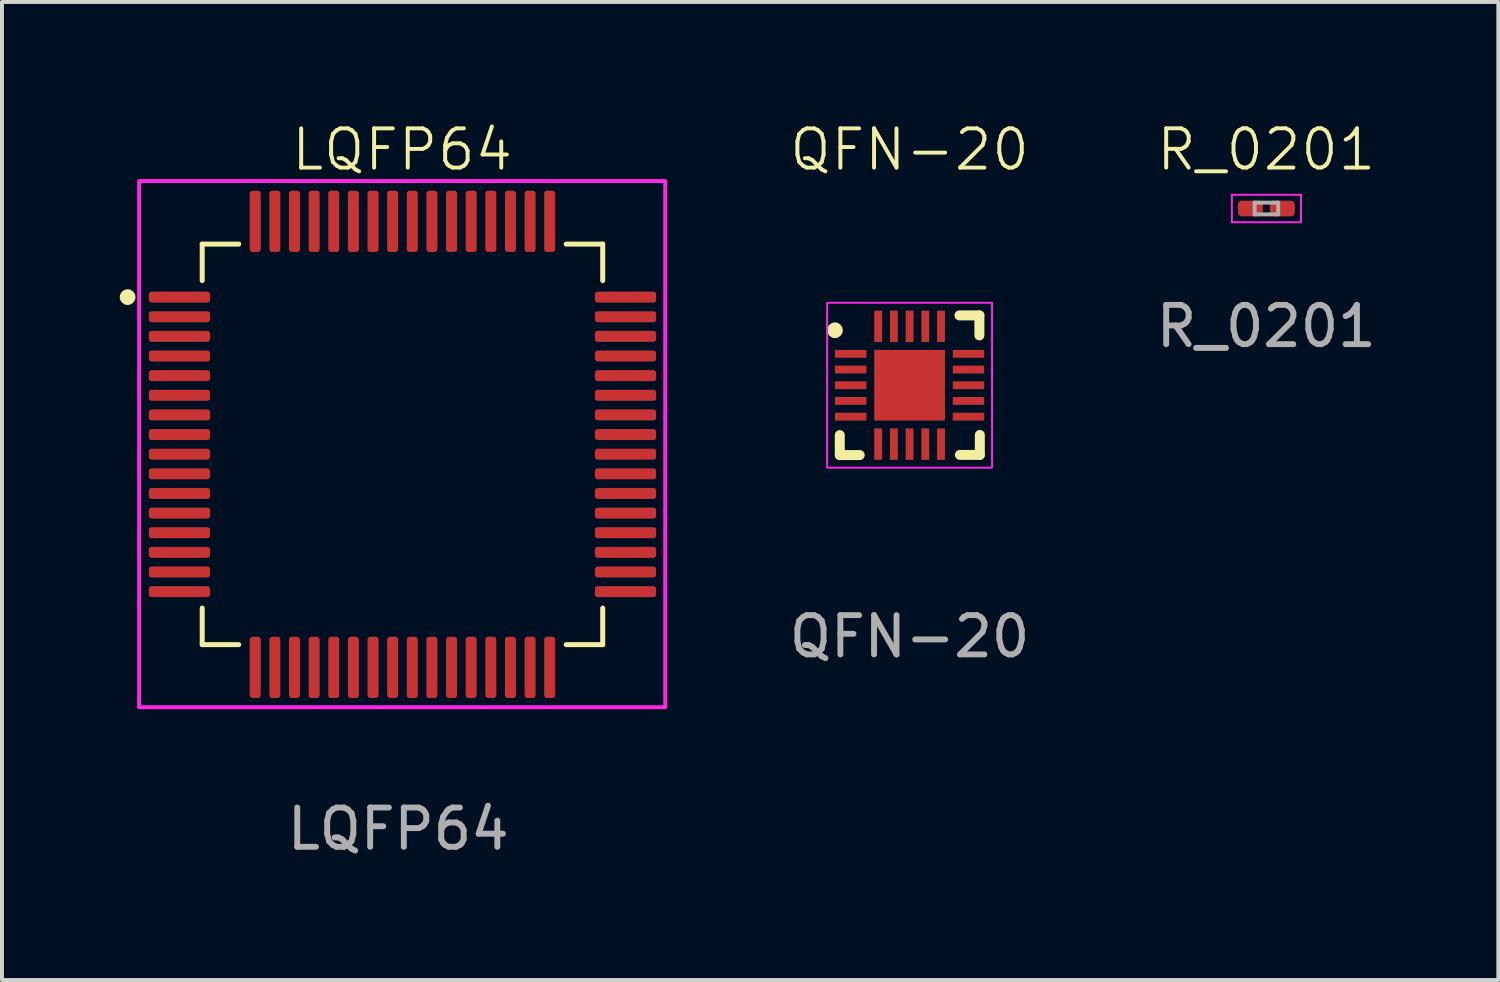
<source format=kicad_pcb>
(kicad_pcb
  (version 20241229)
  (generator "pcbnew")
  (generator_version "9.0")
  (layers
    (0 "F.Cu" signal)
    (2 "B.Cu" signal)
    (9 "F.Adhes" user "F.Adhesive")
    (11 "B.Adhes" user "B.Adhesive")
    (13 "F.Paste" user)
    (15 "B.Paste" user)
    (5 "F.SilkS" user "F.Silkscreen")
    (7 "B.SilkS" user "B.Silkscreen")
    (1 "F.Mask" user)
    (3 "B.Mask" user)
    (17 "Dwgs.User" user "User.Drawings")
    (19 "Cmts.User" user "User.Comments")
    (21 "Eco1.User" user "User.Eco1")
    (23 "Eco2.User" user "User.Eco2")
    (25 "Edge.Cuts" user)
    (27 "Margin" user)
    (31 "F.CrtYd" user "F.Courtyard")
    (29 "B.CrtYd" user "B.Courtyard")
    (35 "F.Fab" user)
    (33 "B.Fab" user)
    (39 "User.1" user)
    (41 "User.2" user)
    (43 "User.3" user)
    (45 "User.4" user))
  (footprint "R_0201"
    (layer "F.Cu")
    (at 29.198 2.26)
    (property "Reference" "R_0201" (at 0 -1.5 0) (unlocked yes) (layer "F.SilkS") (effects (font (size 1 1) (thickness 0.1))))
    (attr smd)
    (fp_line (start -0.875 -0.35) (end 0.885 -0.35) (stroke (width 0.05) (type solid)) (layer "F.CrtYd"))
    (fp_line (start -0.875 0.35) (end -0.875 -0.35) (stroke (width 0.05) (type solid)) (layer "F.CrtYd"))
    (fp_line (start 0.885 -0.35) (end 0.885 0.35) (stroke (width 0.05) (type solid)) (layer "F.CrtYd"))
    (fp_line (start 0.885 0.35) (end -0.875 0.35) (stroke (width 0.05) (type solid)) (layer "F.CrtYd"))
    (fp_line (start -0.295 -0.15) (end 0.305 -0.15) (stroke (width 0.1) (type solid)) (layer "F.Fab"))
    (fp_line (start -0.295 0.15) (end -0.295 -0.15) (stroke (width 0.1) (type solid)) (layer "F.Fab"))
    (fp_line (start 0.305 -0.15) (end 0.305 0.15) (stroke (width 0.1) (type solid)) (layer "F.Fab"))
    (fp_line (start 0.305 0.15) (end -0.295 0.15) (stroke (width 0.1) (type solid)) (layer "F.Fab"))
    (fp_text user "${REFERENCE}" (at 0 3 0) (unlocked yes) (layer "F.Fab") (effects (font (size 1 1) (thickness 0.15))))
    (pad "" smd roundrect (at -0.428 0) (size 0.458 0.36) (layers "F.Paste") (roundrect_rratio 0.25))
    (pad "" smd roundrect (at 0.437 0) (size 0.458 0.36) (layers "F.Paste") (roundrect_rratio 0.25))
    (pad "1" smd roundrect (at -0.403 0) (size 0.635 0.4) (layers "F.Cu" "F.Mask") (roundrect_rratio 0.25))
    (pad "2" smd roundrect (at 0.412 0) (size 0.635 0.4) (layers "F.Cu" "F.Mask") (roundrect_rratio 0.25)))
  (footprint "QFN-20"
    (layer "F.Cu")
    (at 20.115 6.761)
    (property "Reference" "QFN-20" (at 0 -6 0) (unlocked yes) (layer "F.SilkS") (effects (font (size 1 1) (thickness 0.1))))
    (attr smd)
    (fp_line (start -1.778 1.27) (end -1.778 1.778) (stroke (width 0.254) (type solid)) (layer "F.SilkS"))
    (fp_line (start -1.27 1.778) (end -1.778 1.778) (stroke (width 0.254) (type solid)) (layer "F.SilkS"))
    (fp_line (start 1.778 -1.778) (end 1.27 -1.778) (stroke (width 0.254) (type solid)) (layer "F.SilkS"))
    (fp_line (start 1.778 -1.778) (end 1.778 -1.27) (stroke (width 0.254) (type solid)) (layer "F.SilkS"))
    (fp_line (start 1.789 1.266) (end 1.789 1.774) (stroke (width 0.254) (type solid)) (layer "F.SilkS"))
    (fp_line (start 1.789 1.774) (end 1.281 1.774) (stroke (width 0.254) (type solid)) (layer "F.SilkS"))
    (fp_circle (center -1.9 -1.4) (end -1.9 -1.3) (stroke (width 0.2) (type solid)) (fill no) (layer "F.SilkS"))
    (fp_rect (start -2.1 -2.1) (end 2.1 2.1) (stroke (width 0.05) (type solid)) (fill no) (layer "F.CrtYd"))
    (fp_text user "${REFERENCE}" (at 0 6.4 0) (unlocked yes) (layer "F.Fab") (effects (font (size 1 1) (thickness 0.15))))
    (pad "1" smd rect (at -1.5 -0.8) (size 0.8 0.2) (layers "F.Cu" "F.Mask" "F.Paste"))
    (pad "2" smd rect (at -1.5 -0.4) (size 0.8 0.2) (layers "F.Cu" "F.Mask" "F.Paste"))
    (pad "3" smd rect (at -1.5 0) (size 0.8 0.2) (layers "F.Cu" "F.Mask" "F.Paste"))
    (pad "4" smd rect (at -1.5 0.4) (size 0.8 0.2) (layers "F.Cu" "F.Mask" "F.Paste"))
    (pad "5" smd rect (at -1.5 0.8) (size 0.8 0.2) (layers "F.Cu" "F.Mask" "F.Paste"))
    (pad "6" smd rect (at -0.8 1.5 90) (size 0.8 0.2) (layers "F.Cu" "F.Mask" "F.Paste"))
    (pad "7" smd rect (at -0.4 1.5 90) (size 0.8 0.2) (layers "F.Cu" "F.Mask" "F.Paste"))
    (pad "8" smd rect (at 0 1.5 90) (size 0.8 0.2) (layers "F.Cu" "F.Mask" "F.Paste"))
    (pad "9" smd rect (at 0.4 1.5 90) (size 0.8 0.2) (layers "F.Cu" "F.Mask" "F.Paste"))
    (pad "10" smd rect (at 0.8 1.5 90) (size 0.8 0.2) (layers "F.Cu" "F.Mask" "F.Paste"))
    (pad "11" smd rect (at 1.5 0.8) (size 0.8 0.2) (layers "F.Cu" "F.Mask" "F.Paste"))
    (pad "12" smd rect (at 1.5 0.4) (size 0.8 0.2) (layers "F.Cu" "F.Mask" "F.Paste"))
    (pad "13" smd rect (at 1.5 0) (size 0.8 0.2) (layers "F.Cu" "F.Mask" "F.Paste"))
    (pad "14" smd rect (at 1.5 -0.4) (size 0.8 0.2) (layers "F.Cu" "F.Mask" "F.Paste"))
    (pad "15" smd rect (at 1.5 -0.8) (size 0.8 0.2) (layers "F.Cu" "F.Mask" "F.Paste"))
    (pad "16" smd rect (at 0.8 -1.5 90) (size 0.8 0.2) (layers "F.Cu" "F.Mask" "F.Paste"))
    (pad "17" smd rect (at 0.4 -1.5 90) (size 0.8 0.2) (layers "F.Cu" "F.Mask" "F.Paste"))
    (pad "18" smd rect (at 0 -1.5 90) (size 0.8 0.2) (layers "F.Cu" "F.Mask" "F.Paste"))
    (pad "19" smd rect (at -0.4 -1.5 90) (size 0.8 0.2) (layers "F.Cu" "F.Mask" "F.Paste"))
    (pad "20" smd rect (at -0.8 -1.5 90) (size 0.8 0.2) (layers "F.Cu" "F.Mask" "F.Paste"))
    (pad "21" smd rect (at 0 0 90) (size 1.8 1.8) (layers "F.Cu" "F.Mask" "F.Paste")))
  (footprint "LQFP64"
    (layer "F.Cu")
    (at 7.192 8.261)
    (property "Reference" "LQFP64" (at 0 -7.5 0) (unlocked yes) (layer "F.SilkS") (effects (font (size 1 1) (thickness 0.1))))
    (attr smd)
    (fp_line (start -5.092 -5.094) (end -4.162 -5.094) (stroke (width 0.127) (type solid)) (layer "F.SilkS"))
    (fp_line (start -5.092 -4.164) (end -5.092 -5.094) (stroke (width 0.127) (type solid)) (layer "F.SilkS"))
    (fp_line (start -5.092 5.106) (end -5.092 4.176) (stroke (width 0.127) (type solid)) (layer "F.SilkS"))
    (fp_line (start -5.092 5.106) (end -4.162 5.106) (stroke (width 0.127) (type solid)) (layer "F.SilkS"))
    (fp_line (start 4.178 -5.094) (end 5.108 -5.094) (stroke (width 0.127) (type solid)) (layer "F.SilkS"))
    (fp_line (start 4.178 5.106) (end 5.108 5.106) (stroke (width 0.127) (type solid)) (layer "F.SilkS"))
    (fp_line (start 5.108 -4.164) (end 5.108 -5.094) (stroke (width 0.127) (type solid)) (layer "F.SilkS"))
    (fp_line (start 5.108 5.106) (end 5.108 4.176) (stroke (width 0.127) (type solid)) (layer "F.SilkS"))
    (fp_circle (center -6.992 -3.744) (end -6.921 -3.673) (stroke (width 0.2) (type solid)) (fill no) (layer "F.SilkS"))
    (fp_rect (start -6.7 -6.7) (end 6.7 6.7) (stroke (width 0.1) (type solid)) (fill no) (layer "F.CrtYd"))
    (fp_text user "${REFERENCE}" (at -0.1 9.8 0) (unlocked yes) (layer "F.Fab") (effects (font (size 1 1) (thickness 0.15))))
    (pad "1" smd roundrect (at -5.672 -3.744 180) (size 1.56 0.28) (layers "F.Cu" "F.Mask" "F.Paste") (roundrect_rratio 0.25))
    (pad "2" smd roundrect (at -5.672 -3.244 180) (size 1.56 0.28) (layers "F.Cu" "F.Mask" "F.Paste") (roundrect_rratio 0.25))
    (pad "3" smd roundrect (at -5.672 -2.744 180) (size 1.56 0.28) (layers "F.Cu" "F.Mask" "F.Paste") (roundrect_rratio 0.25))
    (pad "4" smd roundrect (at -5.672 -2.244 180) (size 1.56 0.28) (layers "F.Cu" "F.Mask" "F.Paste") (roundrect_rratio 0.25))
    (pad "5" smd roundrect (at -5.672 -1.744 180) (size 1.56 0.28) (layers "F.Cu" "F.Mask" "F.Paste") (roundrect_rratio 0.25))
    (pad "6" smd roundrect (at -5.672 -1.244 180) (size 1.56 0.28) (layers "F.Cu" "F.Mask" "F.Paste") (roundrect_rratio 0.25))
    (pad "7" smd roundrect (at -5.672 -0.744 180) (size 1.56 0.28) (layers "F.Cu" "F.Mask" "F.Paste") (roundrect_rratio 0.25))
    (pad "8" smd roundrect (at -5.672 -0.244 180) (size 1.56 0.28) (layers "F.Cu" "F.Mask" "F.Paste") (roundrect_rratio 0.25))
    (pad "9" smd roundrect (at -5.672 0.256 180) (size 1.56 0.28) (layers "F.Cu" "F.Mask" "F.Paste") (roundrect_rratio 0.25))
    (pad "10" smd roundrect (at -5.672 0.756 180) (size 1.56 0.28) (layers "F.Cu" "F.Mask" "F.Paste") (roundrect_rratio 0.25))
    (pad "11" smd roundrect (at -5.672 1.256 180) (size 1.56 0.28) (layers "F.Cu" "F.Mask" "F.Paste") (roundrect_rratio 0.25))
    (pad "12" smd roundrect (at -5.672 1.756 180) (size 1.56 0.28) (layers "F.Cu" "F.Mask" "F.Paste") (roundrect_rratio 0.25))
    (pad "13" smd roundrect (at -5.672 2.256 180) (size 1.56 0.28) (layers "F.Cu" "F.Mask" "F.Paste") (roundrect_rratio 0.25))
    (pad "14" smd roundrect (at -5.672 2.756 180) (size 1.56 0.28) (layers "F.Cu" "F.Mask" "F.Paste") (roundrect_rratio 0.25))
    (pad "15" smd roundrect (at -5.672 3.256 180) (size 1.56 0.28) (layers "F.Cu" "F.Mask" "F.Paste") (roundrect_rratio 0.25))
    (pad "16" smd roundrect (at -5.672 3.756 180) (size 1.56 0.28) (layers "F.Cu" "F.Mask" "F.Paste") (roundrect_rratio 0.25))
    (pad "17" smd roundrect (at -3.742 5.686 270) (size 1.56 0.28) (layers "F.Cu" "F.Mask" "F.Paste") (roundrect_rratio 0.25))
    (pad "18" smd roundrect (at -3.242 5.686 270) (size 1.56 0.28) (layers "F.Cu" "F.Mask" "F.Paste") (roundrect_rratio 0.25))
    (pad "19" smd roundrect (at -2.742 5.686 270) (size 1.56 0.28) (layers "F.Cu" "F.Mask" "F.Paste") (roundrect_rratio 0.25))
    (pad "20" smd roundrect (at -2.242 5.686 270) (size 1.56 0.28) (layers "F.Cu" "F.Mask" "F.Paste") (roundrect_rratio 0.25))
    (pad "21" smd roundrect (at -1.742 5.686 270) (size 1.56 0.28) (layers "F.Cu" "F.Mask" "F.Paste") (roundrect_rratio 0.25))
    (pad "22" smd roundrect (at -1.242 5.686 270) (size 1.56 0.28) (layers "F.Cu" "F.Mask" "F.Paste") (roundrect_rratio 0.25))
    (pad "23" smd roundrect (at -0.742 5.686 270) (size 1.56 0.28) (layers "F.Cu" "F.Mask" "F.Paste") (roundrect_rratio 0.25))
    (pad "24" smd roundrect (at -0.242 5.686 270) (size 1.56 0.28) (layers "F.Cu" "F.Mask" "F.Paste") (roundrect_rratio 0.25))
    (pad "25" smd roundrect (at 0.258 5.686 270) (size 1.56 0.28) (layers "F.Cu" "F.Mask" "F.Paste") (roundrect_rratio 0.25))
    (pad "26" smd roundrect (at 0.758 5.686 270) (size 1.56 0.28) (layers "F.Cu" "F.Mask" "F.Paste") (roundrect_rratio 0.25))
    (pad "27" smd roundrect (at 1.258 5.686 270) (size 1.56 0.28) (layers "F.Cu" "F.Mask" "F.Paste") (roundrect_rratio 0.25))
    (pad "28" smd roundrect (at 1.758 5.686 270) (size 1.56 0.28) (layers "F.Cu" "F.Mask" "F.Paste") (roundrect_rratio 0.25))
    (pad "29" smd roundrect (at 2.258 5.686 270) (size 1.56 0.28) (layers "F.Cu" "F.Mask" "F.Paste") (roundrect_rratio 0.25))
    (pad "30" smd roundrect (at 2.758 5.686 270) (size 1.56 0.28) (layers "F.Cu" "F.Mask" "F.Paste") (roundrect_rratio 0.25))
    (pad "31" smd roundrect (at 3.258 5.686 270) (size 1.56 0.28) (layers "F.Cu" "F.Mask" "F.Paste") (roundrect_rratio 0.25))
    (pad "32" smd roundrect (at 3.758 5.686 270) (size 1.56 0.28) (layers "F.Cu" "F.Mask" "F.Paste") (roundrect_rratio 0.25))
    (pad "33" smd roundrect (at 5.688 3.756) (size 1.56 0.28) (layers "F.Cu" "F.Mask" "F.Paste") (roundrect_rratio 0.25))
    (pad "34" smd roundrect (at 5.688 3.256) (size 1.56 0.28) (layers "F.Cu" "F.Mask" "F.Paste") (roundrect_rratio 0.25))
    (pad "35" smd roundrect (at 5.688 2.756) (size 1.56 0.28) (layers "F.Cu" "F.Mask" "F.Paste") (roundrect_rratio 0.25))
    (pad "36" smd roundrect (at 5.688 2.256) (size 1.56 0.28) (layers "F.Cu" "F.Mask" "F.Paste") (roundrect_rratio 0.25))
    (pad "37" smd roundrect (at 5.688 1.756) (size 1.56 0.28) (layers "F.Cu" "F.Mask" "F.Paste") (roundrect_rratio 0.25))
    (pad "38" smd roundrect (at 5.688 1.256) (size 1.56 0.28) (layers "F.Cu" "F.Mask" "F.Paste") (roundrect_rratio 0.25))
    (pad "39" smd roundrect (at 5.688 0.756) (size 1.56 0.28) (layers "F.Cu" "F.Mask" "F.Paste") (roundrect_rratio 0.25))
    (pad "40" smd roundrect (at 5.688 0.256) (size 1.56 0.28) (layers "F.Cu" "F.Mask" "F.Paste") (roundrect_rratio 0.25))
    (pad "41" smd roundrect (at 5.688 -0.244) (size 1.56 0.28) (layers "F.Cu" "F.Mask" "F.Paste") (roundrect_rratio 0.25))
    (pad "42" smd roundrect (at 5.688 -0.744) (size 1.56 0.28) (layers "F.Cu" "F.Mask" "F.Paste") (roundrect_rratio 0.25))
    (pad "43" smd roundrect (at 5.688 -1.244) (size 1.56 0.28) (layers "F.Cu" "F.Mask" "F.Paste") (roundrect_rratio 0.25))
    (pad "44" smd roundrect (at 5.688 -1.744) (size 1.56 0.28) (layers "F.Cu" "F.Mask" "F.Paste") (roundrect_rratio 0.25))
    (pad "45" smd roundrect (at 5.688 -2.244) (size 1.56 0.28) (layers "F.Cu" "F.Mask" "F.Paste") (roundrect_rratio 0.25))
    (pad "46" smd roundrect (at 5.688 -2.744) (size 1.56 0.28) (layers "F.Cu" "F.Mask" "F.Paste") (roundrect_rratio 0.25))
    (pad "47" smd roundrect (at 5.688 -3.244) (size 1.56 0.28) (layers "F.Cu" "F.Mask" "F.Paste") (roundrect_rratio 0.25))
    (pad "48" smd roundrect (at 5.688 -3.744) (size 1.56 0.28) (layers "F.Cu" "F.Mask" "F.Paste") (roundrect_rratio 0.25))
    (pad "49" smd roundrect (at 3.758 -5.674 90) (size 1.56 0.28) (layers "F.Cu" "F.Mask" "F.Paste") (roundrect_rratio 0.25))
    (pad "50" smd roundrect (at 3.258 -5.674 90) (size 1.56 0.28) (layers "F.Cu" "F.Mask" "F.Paste") (roundrect_rratio 0.25))
    (pad "51" smd roundrect (at 2.758 -5.674 90) (size 1.56 0.28) (layers "F.Cu" "F.Mask" "F.Paste") (roundrect_rratio 0.25))
    (pad "52" smd roundrect (at 2.258 -5.674 90) (size 1.56 0.28) (layers "F.Cu" "F.Mask" "F.Paste") (roundrect_rratio 0.25))
    (pad "53" smd roundrect (at 1.758 -5.674 90) (size 1.56 0.28) (layers "F.Cu" "F.Mask" "F.Paste") (roundrect_rratio 0.25))
    (pad "54" smd roundrect (at 1.258 -5.674 90) (size 1.56 0.28) (layers "F.Cu" "F.Mask" "F.Paste") (roundrect_rratio 0.25))
    (pad "55" smd roundrect (at 0.758 -5.674 90) (size 1.56 0.28) (layers "F.Cu" "F.Mask" "F.Paste") (roundrect_rratio 0.25))
    (pad "56" smd roundrect (at 0.258 -5.674 90) (size 1.56 0.28) (layers "F.Cu" "F.Mask" "F.Paste") (roundrect_rratio 0.25))
    (pad "57" smd roundrect (at -0.242 -5.674 90) (size 1.56 0.28) (layers "F.Cu" "F.Mask" "F.Paste") (roundrect_rratio 0.25))
    (pad "58" smd roundrect (at -0.742 -5.674 90) (size 1.56 0.28) (layers "F.Cu" "F.Mask" "F.Paste") (roundrect_rratio 0.25))
    (pad "59" smd roundrect (at -1.242 -5.674 90) (size 1.56 0.28) (layers "F.Cu" "F.Mask" "F.Paste") (roundrect_rratio 0.25))
    (pad "60" smd roundrect (at -1.742 -5.674 90) (size 1.56 0.28) (layers "F.Cu" "F.Mask" "F.Paste") (roundrect_rratio 0.25))
    (pad "61" smd roundrect (at -2.242 -5.674 90) (size 1.56 0.28) (layers "F.Cu" "F.Mask" "F.Paste") (roundrect_rratio 0.25))
    (pad "62" smd roundrect (at -2.742 -5.674 90) (size 1.56 0.28) (layers "F.Cu" "F.Mask" "F.Paste") (roundrect_rratio 0.25))
    (pad "63" smd roundrect (at -3.242 -5.674 90) (size 1.56 0.28) (layers "F.Cu" "F.Mask" "F.Paste") (roundrect_rratio 0.25))
    (pad "64" smd roundrect (at -3.742 -5.674 90) (size 1.56 0.28) (layers "F.Cu" "F.Mask" "F.Paste") (roundrect_rratio 0.25)))
  (gr_rect
    (start -3 -3)
    (end 35.109 21.909)
    (stroke (width 0.1) (type default))
    (fill no)
    (layer "Edge.Cuts")))
</source>
